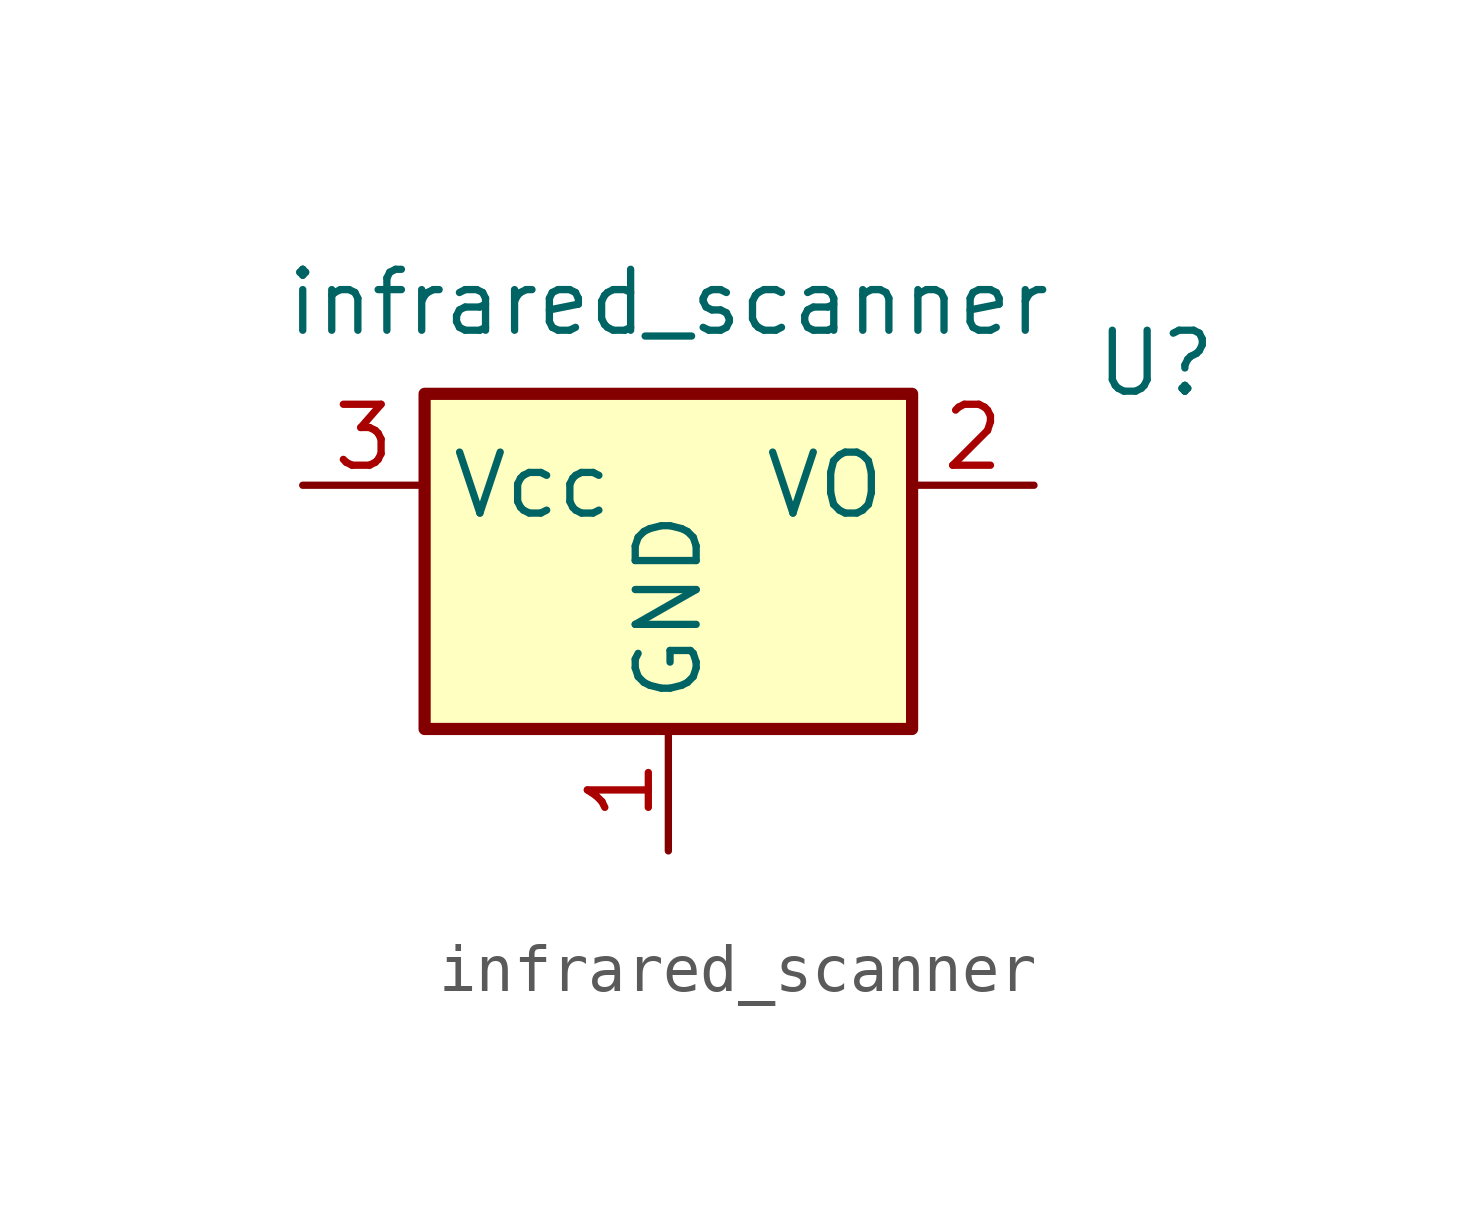
<source format=kicad_sym>
(kicad_symbol_lib
  (version 20211014)
  (generator kicad_symbol_editor)
  (symbol "infrared_scanner"
    (property "Reference" "U"
      (at 10.16 -1.27 0)
      (effects (font (size 1.27 1.27))))
    (property "Value" "infrared_scanner"
      (at 0 0 0)
      (effects (font (size 1.27 1.27))))
    (symbol "infrared_scanner_0_1"
      (rectangle (start -5.08 -1.905) (end 5.08 -8.89) (stroke (width 0.254) (type default) (color 0 0 0 0)) (fill (type background))))
    (symbol "infrared_scanner_1_1"
      (pin power_in line (at 0 -11.43 90) (length 2.54) (name "GND" (effects (font (size 1.27 1.27)))) (number "1" (effects (font (size 1.27 1.27)))))
      (pin power_out line (at 7.62 -3.81 180) (length 2.54) (name "VO" (effects (font (size 1.27 1.27)))) (number "2" (effects (font (size 1.27 1.27)))))
      (pin power_in line (at -7.62 -3.81 0) (length 2.54) (name "Vcc" (effects (font (size 1.27 1.27)))) (number "3" (effects (font (size 1.27 1.27))))))))
</source>
